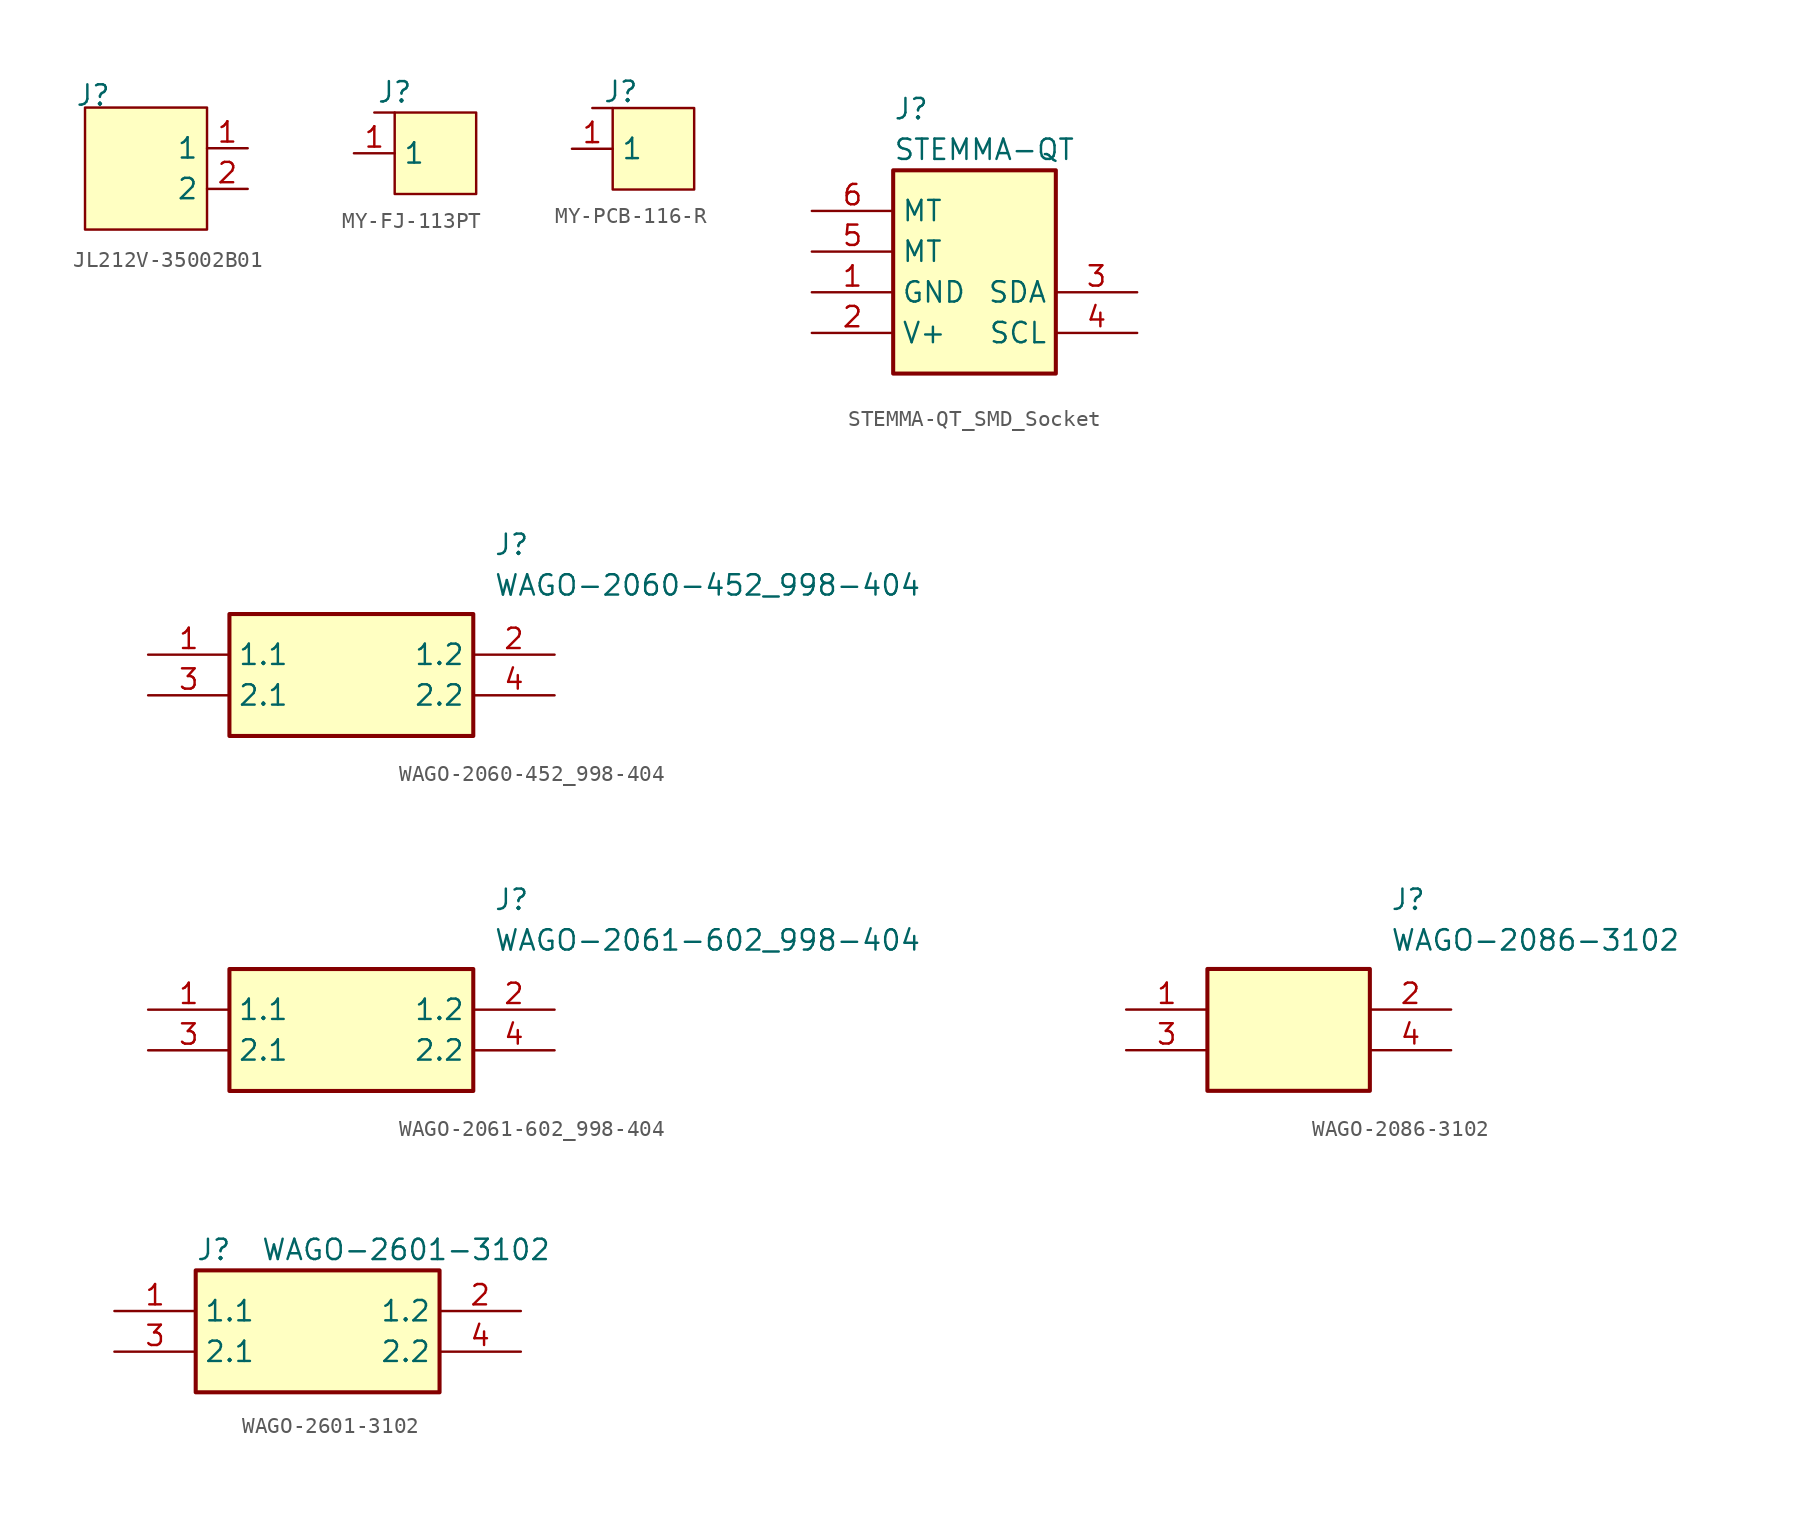
<source format=kicad_sym>
(kicad_symbol_lib
  (version 20241209)
  (generator "kicad_symbol_editor")
  (generator_version "9.0")
  (symbol "JL212V-35002B01"
    (property "Reference" "J"
      (at 0.508 0.762 0)
      (effects (font (size 1.27 1.27))))
    (property "Value" ""
      (at 0 0 0)
      (effects (font (size 1.27 1.27))))
    (symbol "JL212V-35002B01_1_1"
      (rectangle (start 0 0) (end 7.62 -7.62) (stroke (width 0) (type solid)) (fill (type background)))
      (pin bidirectional line (at 10.16 -2.54 180) (length 2.54) (name "1" (effects (font (size 1.27 1.27)))) (number "1" (effects (font (size 1.27 1.27)))))
      (pin bidirectional line (at 10.16 -5.08 180) (length 2.54) (name "2" (effects (font (size 1.27 1.27)))) (number "2" (effects (font (size 1.27 1.27)))))))
  (symbol "MY-FJ-113PT"
    (property "Reference" "J"
      (at 0 1.27 0)
      (effects (font (size 1.27 1.27))))
    (property "Value" ""
      (at 0 0 0)
      (effects (font (size 1.27 1.27))))
    (symbol "MY-FJ-113PT_1_1"
      (rectangle (start 0 0) (end -1.27 0) (stroke (width 0) (type default)) (fill (type none)))
      (rectangle (start 0 0) (end 5.08 -5.08) (stroke (width 0) (type solid)) (fill (type background)))
      (pin bidirectional line (at -2.54 -2.54 0) (length 2.54) (name "1" (effects (font (size 1.27 1.27)))) (number "1" (effects (font (size 1.27 1.27)))))))
  (symbol "MY-PCB-116-R"
    (property "Reference" "J"
      (at 0.508 1.016 0)
      (effects (font (size 1.27 1.27))))
    (property "Value" ""
      (at 0 0 0)
      (effects (font (size 1.27 1.27))))
    (symbol "MY-PCB-116-R_0_1"
      (polyline (pts (xy 0 0) (xy -1.27 0)) (stroke (width 0) (type default)) (fill (type none))))
    (symbol "MY-PCB-116-R_1_1"
      (rectangle (start 0 0) (end 5.08 -5.08) (stroke (width 0) (type solid)) (fill (type background)))
      (pin bidirectional line (at -2.54 -2.54 0) (length 2.54) (name "1" (effects (font (size 1.27 1.27)))) (number "1" (effects (font (size 1.27 1.27)))))))
  (symbol "STEMMA-QT_SMD_Socket"
    (property "Reference" "J"
      (at 0 4.572 0)
      (effects (font (size 1.27 1.27)) (justify left top)))
    (property "Value" "STEMMA-QT"
      (at 0 2.032 0)
      (effects (font (size 1.27 1.27)) (justify left top)))
    (symbol "STEMMA-QT_SMD_Socket_1_1"
      (rectangle (start 0 0) (end 10.16 -12.7) (stroke (width 0.254) (type default)) (fill (type background)))
      (pin passive line (at -5.08 -2.54 0) (length 5.08) (name "MT" (effects (font (size 1.27 1.27)))) (number "6" (effects (font (size 1.27 1.27)))))
      (pin passive line (at -5.08 -5.08 0) (length 5.08) (name "MT" (effects (font (size 1.27 1.27)))) (number "5" (effects (font (size 1.27 1.27)))))
      (pin passive line (at -5.08 -7.62 0) (length 5.08) (name "GND" (effects (font (size 1.27 1.27)))) (number "1" (effects (font (size 1.27 1.27)))))
      (pin passive line (at -5.08 -10.16 0) (length 5.08) (name "V+" (effects (font (size 1.27 1.27)))) (number "2" (effects (font (size 1.27 1.27)))))
      (pin passive line (at 15.24 -7.62 180) (length 5.08) (name "SDA" (effects (font (size 1.27 1.27)))) (number "3" (effects (font (size 1.27 1.27)))))
      (pin passive line (at 15.24 -10.16 180) (length 5.08) (name "SCL" (effects (font (size 1.27 1.27)))) (number "4" (effects (font (size 1.27 1.27)))))))
  (symbol "WAGO-2060-452_998-404"
    (property "Reference" "J"
      (at 21.59 7.62 0)
      (effects (font (size 1.27 1.27)) (justify left top)))
    (property "Value" "WAGO-2060-452_998-404"
      (at 21.59 5.08 0)
      (effects (font (size 1.27 1.27)) (justify left top)))
    (symbol "WAGO-2060-452_998-404_1_1"
      (rectangle (start 5.08 2.54) (end 20.32 -5.08) (stroke (width 0.254) (type default)) (fill (type background)))
      (pin passive line (at 0 0 0) (length 5.08) (name "1.1" (effects (font (size 1.27 1.27)))) (number "1" (effects (font (size 1.27 1.27)))))
      (pin passive line (at 0 -2.54 0) (length 5.08) (name "2.1" (effects (font (size 1.27 1.27)))) (number "3" (effects (font (size 1.27 1.27)))))
      (pin passive line (at 25.4 0 180) (length 5.08) (name "1.2" (effects (font (size 1.27 1.27)))) (number "2" (effects (font (size 1.27 1.27)))))
      (pin passive line (at 25.4 -2.54 180) (length 5.08) (name "2.2" (effects (font (size 1.27 1.27)))) (number "4" (effects (font (size 1.27 1.27)))))))
  (symbol "WAGO-2061-602_998-404"
    (property "Reference" "J"
      (at 21.59 7.62 0)
      (effects (font (size 1.27 1.27)) (justify left top)))
    (property "Value" "WAGO-2061-602_998-404"
      (at 21.59 5.08 0)
      (effects (font (size 1.27 1.27)) (justify left top)))
    (symbol "WAGO-2061-602_998-404_1_1"
      (rectangle (start 5.08 2.54) (end 20.32 -5.08) (stroke (width 0.254) (type default)) (fill (type background)))
      (pin passive line (at 0 0 0) (length 5.08) (name "1.1" (effects (font (size 1.27 1.27)))) (number "1" (effects (font (size 1.27 1.27)))))
      (pin passive line (at 0 -2.54 0) (length 5.08) (name "2.1" (effects (font (size 1.27 1.27)))) (number "3" (effects (font (size 1.27 1.27)))))
      (pin passive line (at 25.4 0 180) (length 5.08) (name "1.2" (effects (font (size 1.27 1.27)))) (number "2" (effects (font (size 1.27 1.27)))))
      (pin passive line (at 25.4 -2.54 180) (length 5.08) (name "2.2" (effects (font (size 1.27 1.27)))) (number "4" (effects (font (size 1.27 1.27)))))))
  (symbol "WAGO-2086-3102"
    (pin_names
      (hide yes))
    (property "Reference" "J"
      (at 16.51 7.62 0)
      (effects (font (size 1.27 1.27)) (justify left top)))
    (property "Value" "WAGO-2086-3102"
      (at 16.51 5.08 0)
      (effects (font (size 1.27 1.27)) (justify left top)))
    (symbol "WAGO-2086-3102_1_1"
      (rectangle (start 5.08 2.54) (end 15.24 -5.08) (stroke (width 0.254) (type default)) (fill (type background)))
      (pin passive line (at 0 0 0) (length 5.08) (name "1.1" (effects (font (size 1.27 1.27)))) (number "1" (effects (font (size 1.27 1.27)))))
      (pin passive line (at 0 -2.54 0) (length 5.08) (name "2.1" (effects (font (size 1.27 1.27)))) (number "3" (effects (font (size 1.27 1.27)))))
      (pin passive line (at 20.32 0 180) (length 5.08) (name "1.2" (effects (font (size 1.27 1.27)))) (number "2" (effects (font (size 1.27 1.27)))))
      (pin passive line (at 20.32 -2.54 180) (length 5.08) (name "2.2" (effects (font (size 1.27 1.27)))) (number "4" (effects (font (size 1.27 1.27)))))))
  (symbol "WAGO-2601-3102"
    (property "Reference" "J"
      (at 0 2.032 0)
      (effects (font (size 1.27 1.27)) (justify left top)))
    (property "Value" "WAGO-2601-3102"
      (at 4.064 2.032 0)
      (effects (font (size 1.27 1.27)) (justify left top)))
    (symbol "WAGO-2601-3102_1_1"
      (rectangle (start 0 0) (end 15.24 -7.62) (stroke (width 0.254) (type default)) (fill (type background)))
      (pin passive line (at -5.08 -2.54 0) (length 5.08) (name "1.1" (effects (font (size 1.27 1.27)))) (number "1" (effects (font (size 1.27 1.27)))))
      (pin passive line (at -5.08 -5.08 0) (length 5.08) (name "2.1" (effects (font (size 1.27 1.27)))) (number "3" (effects (font (size 1.27 1.27)))))
      (pin passive line (at 20.32 -2.54 180) (length 5.08) (name "1.2" (effects (font (size 1.27 1.27)))) (number "2" (effects (font (size 1.27 1.27)))))
      (pin passive line (at 20.32 -5.08 180) (length 5.08) (name "2.2" (effects (font (size 1.27 1.27)))) (number "4" (effects (font (size 1.27 1.27))))))))
</source>
